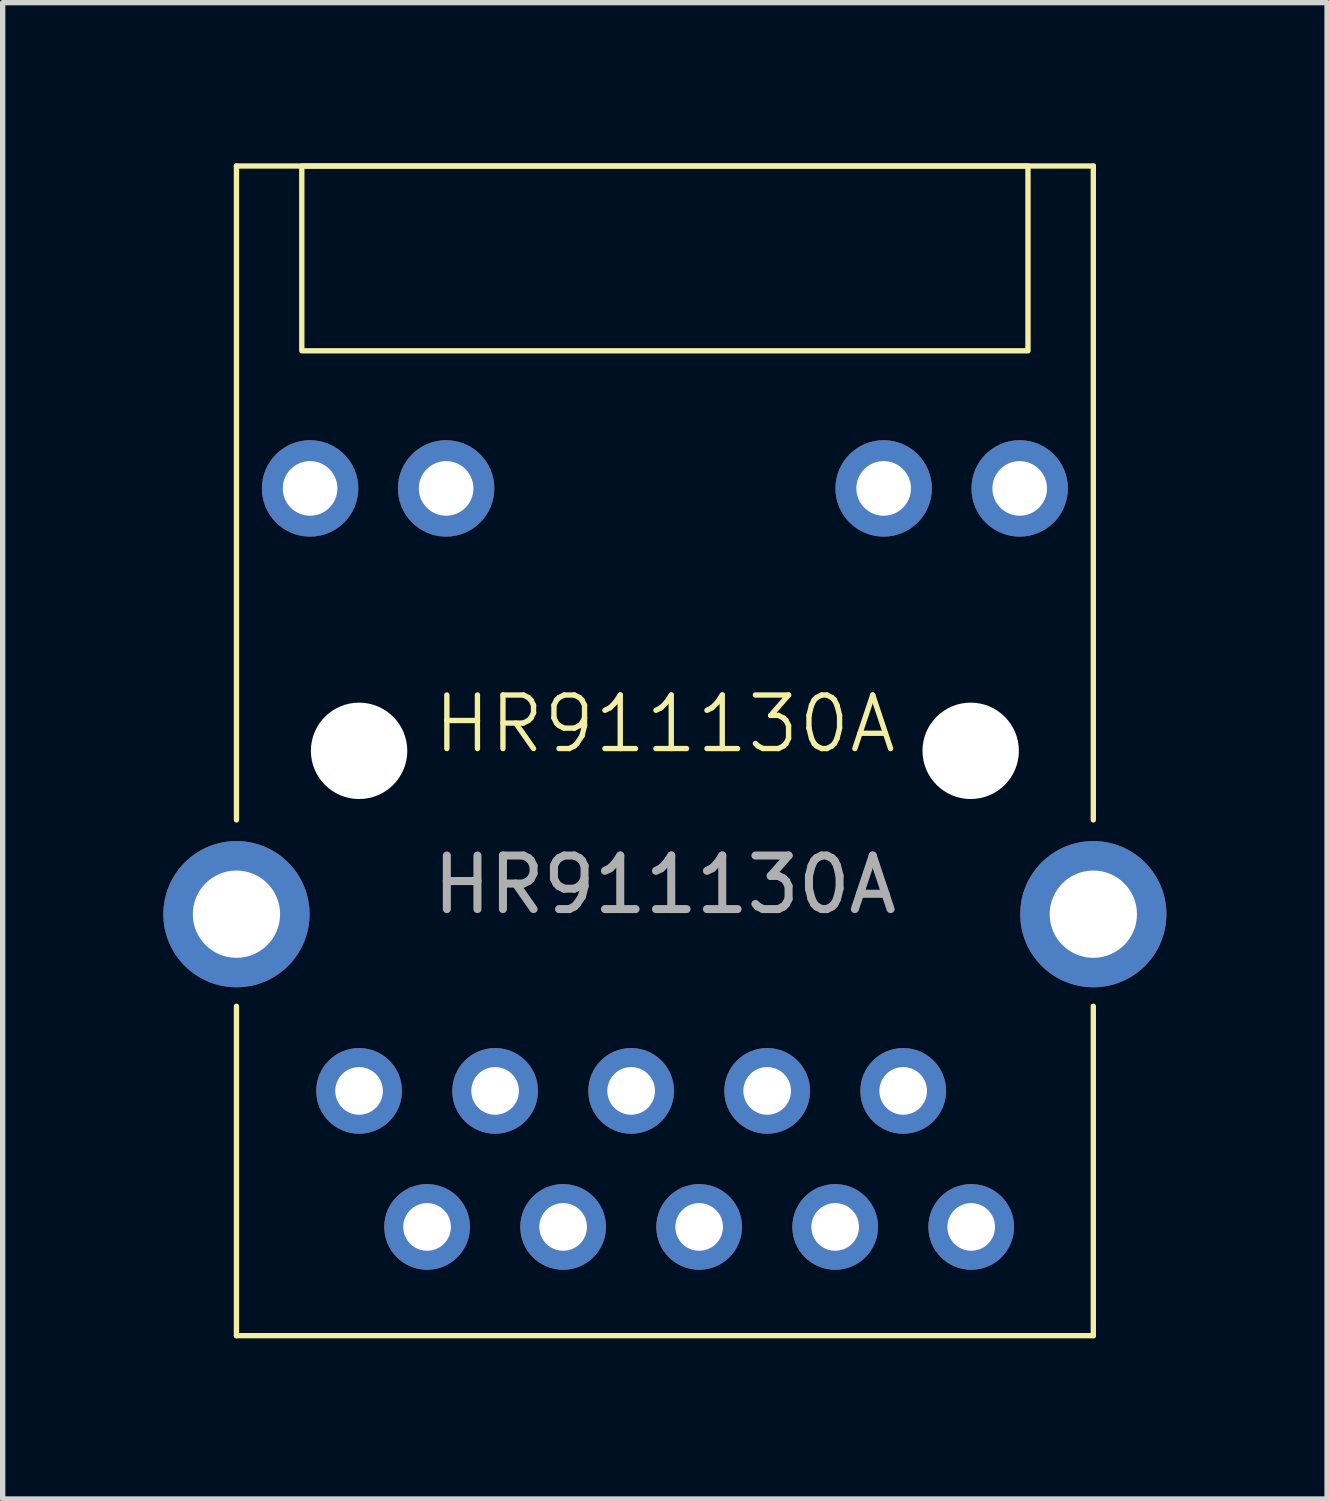
<source format=kicad_pcb>
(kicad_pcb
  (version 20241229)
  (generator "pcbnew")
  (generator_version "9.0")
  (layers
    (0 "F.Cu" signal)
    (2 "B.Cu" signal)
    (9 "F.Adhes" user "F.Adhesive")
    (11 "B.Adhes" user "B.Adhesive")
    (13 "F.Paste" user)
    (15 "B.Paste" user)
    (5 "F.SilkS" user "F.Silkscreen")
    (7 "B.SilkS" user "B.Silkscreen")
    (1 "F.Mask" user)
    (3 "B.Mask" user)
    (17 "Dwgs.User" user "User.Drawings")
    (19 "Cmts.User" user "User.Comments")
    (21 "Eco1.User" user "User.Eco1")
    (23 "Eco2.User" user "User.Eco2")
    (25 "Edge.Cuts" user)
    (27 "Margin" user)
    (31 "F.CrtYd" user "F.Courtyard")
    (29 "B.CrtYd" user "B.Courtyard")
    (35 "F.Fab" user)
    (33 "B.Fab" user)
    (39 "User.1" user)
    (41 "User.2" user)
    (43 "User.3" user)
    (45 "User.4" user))
  (footprint "HR911130A"
    (layer "F.Cu")
    (at 9.365 10.97)
    (property "Reference" "HR911130A" (at 0 -0.5 0) (unlocked yes) (layer "F.SilkS") (effects (font (size 1 1) (thickness 0.1))))
    (fp_line (start -8 -10.92) (end 8 -10.92) (stroke (width 0.1) (type default)) (layer "F.SilkS"))
    (fp_line (start -8 1.29) (end -8 -10.92) (stroke (width 0.1) (type default)) (layer "F.SilkS"))
    (fp_line (start -8 10.92) (end -8 4.77) (stroke (width 0.1) (type default)) (layer "F.SilkS"))
    (fp_line (start 8 -10.92) (end 8 1.29) (stroke (width 0.1) (type default)) (layer "F.SilkS"))
    (fp_line (start 8 4.77) (end 8 10.92) (stroke (width 0.1) (type default)) (layer "F.SilkS"))
    (fp_line (start 8 10.92) (end -8 10.92) (stroke (width 0.1) (type default)) (layer "F.SilkS"))
    (fp_rect (start -6.78 -10.92) (end 6.78 -7.47) (stroke (width 0.1) (type default)) (fill no) (layer "F.SilkS"))
    (fp_text user "${REFERENCE}" (at 0 2.5 0) (unlocked yes) (layer "F.Fab") (effects (font (size 1 1) (thickness 0.15))))
    (pad "" np_thru_hole circle (at -5.71 0) (size 1.8 1.8) (drill 3.25) (layers "*.Cu" "*.Mask"))
    (pad "" np_thru_hole circle (at 5.71 0) (size 1.8 1.8) (drill 3.25) (layers "*.Cu" "*.Mask"))
    (pad "L1" thru_hole circle (at -4.085 -4.9) (size 1.8 1.8) (drill 1.02) (layers "*.Cu" "*.Mask"))
    (pad "L2" thru_hole circle (at -6.625 -4.9) (size 1.8 1.8) (drill 1.02) (layers "*.Cu" "*.Mask"))
    (pad "L3" thru_hole circle (at 6.625 -4.9) (size 1.8 1.8) (drill 1.02) (layers "*.Cu" "*.Mask"))
    (pad "L4" thru_hole circle (at 4.085 -4.9) (size 1.8 1.8) (drill 1.02) (layers "*.Cu" "*.Mask"))
    (pad "R1" thru_hole circle (at 5.72 8.89) (size 1.6 1.6) (drill 0.89) (layers "*.Cu" "*.Mask"))
    (pad "R2" thru_hole circle (at 4.45 6.35) (size 1.6 1.6) (drill 0.89) (layers "*.Cu" "*.Mask"))
    (pad "R3" thru_hole circle (at 3.18 8.89) (size 1.6 1.6) (drill 0.89) (layers "*.Cu" "*.Mask"))
    (pad "R4" thru_hole circle (at 1.91 6.35) (size 1.6 1.6) (drill 0.89) (layers "*.Cu" "*.Mask"))
    (pad "R5" thru_hole circle (at 0.64 8.89) (size 1.6 1.6) (drill 0.89) (layers "*.Cu" "*.Mask"))
    (pad "R6" thru_hole circle (at -0.63 6.35) (size 1.6 1.6) (drill 0.89) (layers "*.Cu" "*.Mask"))
    (pad "R7" thru_hole circle (at -1.9 8.89) (size 1.6 1.6) (drill 0.89) (layers "*.Cu" "*.Mask"))
    (pad "R8" thru_hole circle (at -3.17 6.35) (size 1.6 1.6) (drill 0.89) (layers "*.Cu" "*.Mask"))
    (pad "R9" thru_hole circle (at -4.44 8.89) (size 1.6 1.6) (drill 0.89) (layers "*.Cu" "*.Mask"))
    (pad "R10" thru_hole circle (at -5.71 6.35) (size 1.6 1.6) (drill 0.89) (layers "*.Cu" "*.Mask"))
    (pad "SH" thru_hole circle (at -8 3.05) (size 2.73 2.73) (drill 1.63) (layers "*.Cu" "*.Mask"))
    (pad "SH" thru_hole circle (at 8 3.05) (size 2.73 2.73) (drill 1.63) (layers "*.Cu" "*.Mask")))
  (gr_rect
    (start -3 -3)
    (end 21.73 24.94)
    (stroke (width 0.1) (type default))
    (fill no)
    (layer "Edge.Cuts")))
</source>
